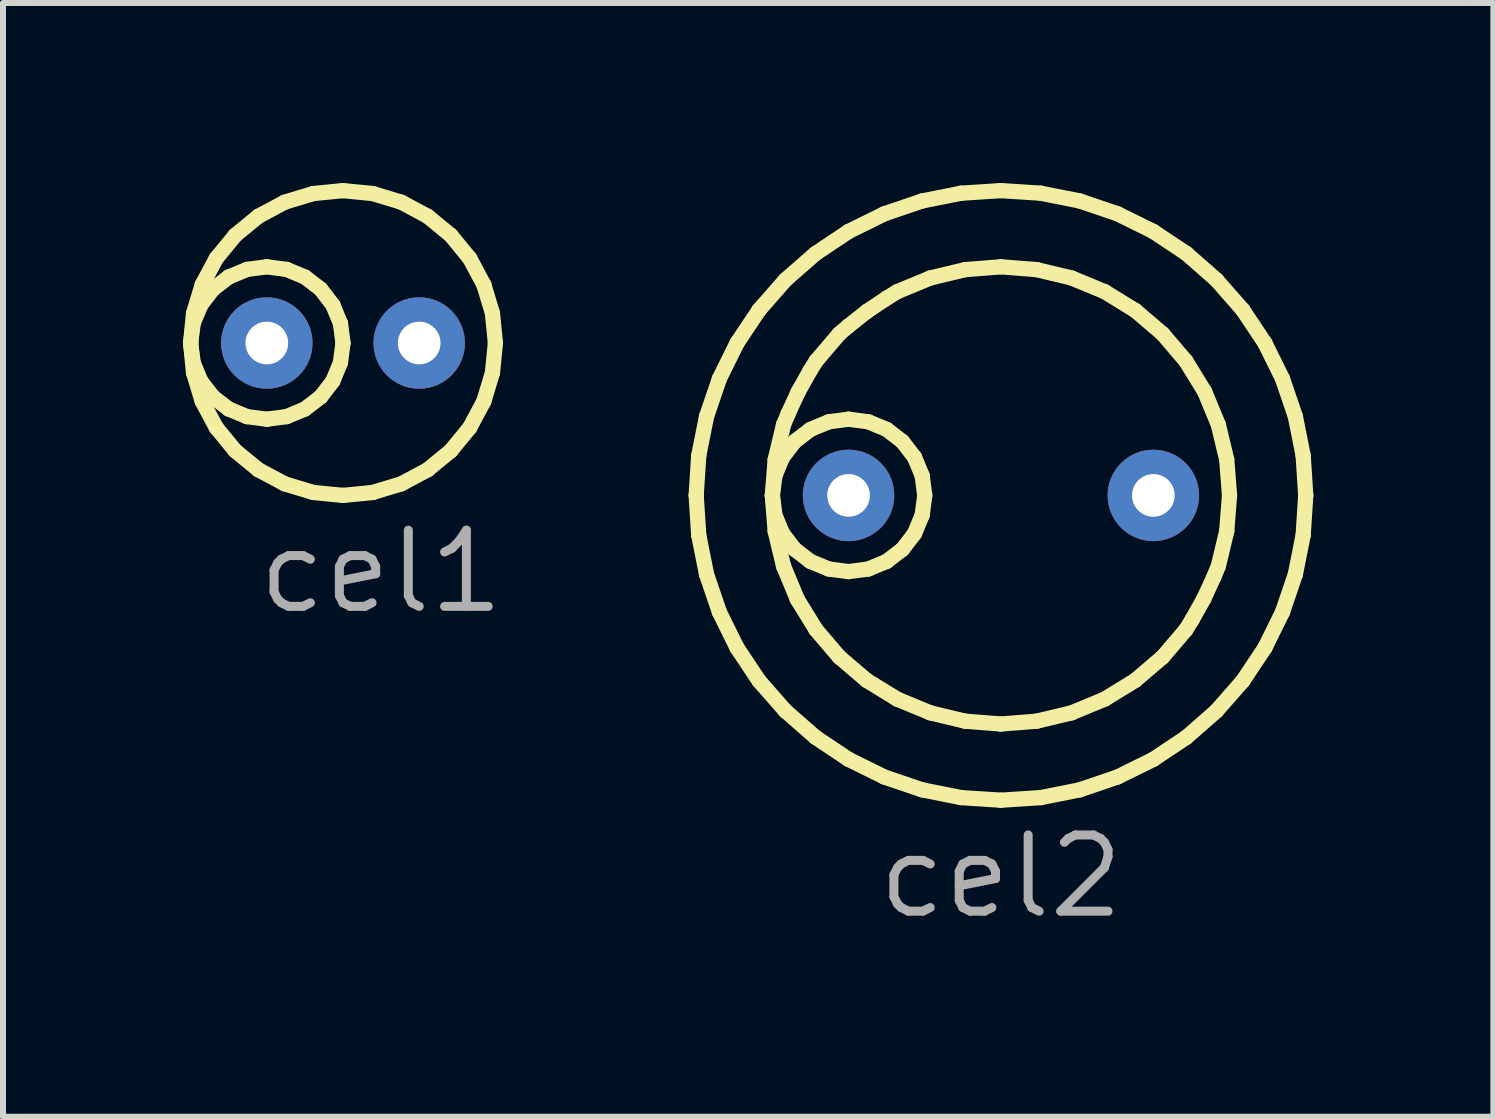
<source format=kicad_pcb>
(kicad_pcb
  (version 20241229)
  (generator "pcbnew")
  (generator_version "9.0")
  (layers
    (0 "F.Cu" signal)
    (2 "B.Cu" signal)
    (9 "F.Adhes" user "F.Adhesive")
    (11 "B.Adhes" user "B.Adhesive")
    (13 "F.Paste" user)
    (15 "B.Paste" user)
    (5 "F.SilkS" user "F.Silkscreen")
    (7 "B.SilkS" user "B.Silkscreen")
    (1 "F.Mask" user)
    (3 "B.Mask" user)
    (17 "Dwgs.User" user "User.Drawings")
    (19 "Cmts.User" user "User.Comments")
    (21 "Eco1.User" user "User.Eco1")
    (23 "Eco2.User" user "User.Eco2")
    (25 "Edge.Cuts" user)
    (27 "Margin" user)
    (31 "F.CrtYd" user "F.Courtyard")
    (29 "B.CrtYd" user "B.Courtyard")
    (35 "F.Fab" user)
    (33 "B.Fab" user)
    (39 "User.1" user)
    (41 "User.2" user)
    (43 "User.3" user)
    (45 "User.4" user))
  (footprint "cel2"
    (layer "F.Cu")
    (at 11.093 5.207)
    (property "Reference" "cel2" (at 2.54 6.35 0) (layer "F.Fab") (effects (font (size 1.27 1.27) (thickness 0.15))))
    (attr through_hole)
    (fp_line (start -2.54 0) (end -2.497 0.663) (stroke (width 0.254) (type default)) (layer "F.SilkS"))
    (fp_line (start -2.497 -0.663) (end -2.54 0) (stroke (width 0.254) (type default)) (layer "F.SilkS"))
    (fp_line (start -2.497 0.663) (end -2.367 1.315) (stroke (width 0.254) (type default)) (layer "F.SilkS"))
    (fp_line (start -2.367 -1.315) (end -2.497 -0.663) (stroke (width 0.254) (type default)) (layer "F.SilkS"))
    (fp_line (start -2.367 1.315) (end -2.153 1.944) (stroke (width 0.254) (type default)) (layer "F.SilkS"))
    (fp_line (start -2.153 -1.944) (end -2.367 -1.315) (stroke (width 0.254) (type default)) (layer "F.SilkS"))
    (fp_line (start -2.153 1.944) (end -1.859 2.54) (stroke (width 0.254) (type default)) (layer "F.SilkS"))
    (fp_line (start -1.859 -2.54) (end -2.153 -1.944) (stroke (width 0.254) (type default)) (layer "F.SilkS"))
    (fp_line (start -1.859 2.54) (end -1.49 3.093) (stroke (width 0.254) (type default)) (layer "F.SilkS"))
    (fp_line (start -1.49 -3.092) (end -1.859 -2.54) (stroke (width 0.254) (type default)) (layer "F.SilkS"))
    (fp_line (start -1.49 3.093) (end -1.052 3.592) (stroke (width 0.254) (type default)) (layer "F.SilkS"))
    (fp_line (start -1.27 0) (end -1.227 0.329) (stroke (width 0.254) (type default)) (layer "F.SilkS"))
    (fp_line (start -1.27 0) (end -1.223 -0.596) (stroke (width 0.254) (type default)) (layer "F.SilkS"))
    (fp_line (start -1.227 -0.329) (end -1.27 0) (stroke (width 0.254) (type default)) (layer "F.SilkS"))
    (fp_line (start -1.227 0.329) (end -1.1 0.635) (stroke (width 0.254) (type default)) (layer "F.SilkS"))
    (fp_line (start -1.223 -0.596) (end -1.084 -1.177) (stroke (width 0.254) (type default)) (layer "F.SilkS"))
    (fp_line (start -1.223 0.596) (end -1.27 0) (stroke (width 0.254) (type default)) (layer "F.SilkS"))
    (fp_line (start -1.1 -0.635) (end -1.227 -0.329) (stroke (width 0.254) (type default)) (layer "F.SilkS"))
    (fp_line (start -1.1 0.635) (end -0.898 0.898) (stroke (width 0.254) (type default)) (layer "F.SilkS"))
    (fp_line (start -1.084 -1.177) (end -1.008 -1.36) (stroke (width 0.254) (type default)) (layer "F.SilkS"))
    (fp_line (start -1.084 1.177) (end -1.223 0.596) (stroke (width 0.254) (type default)) (layer "F.SilkS"))
    (fp_line (start -1.052 -3.592) (end -1.49 -3.092) (stroke (width 0.254) (type default)) (layer "F.SilkS"))
    (fp_line (start -1.052 3.592) (end -0.552 4.03) (stroke (width 0.254) (type default)) (layer "F.SilkS"))
    (fp_line (start -1.008 -1.36) (end -0.841 -1.723) (stroke (width 0.254) (type default)) (layer "F.SilkS"))
    (fp_line (start -0.898 -0.898) (end -1.1 -0.635) (stroke (width 0.254) (type default)) (layer "F.SilkS"))
    (fp_line (start -0.898 0.898) (end -0.635 1.1) (stroke (width 0.254) (type default)) (layer "F.SilkS"))
    (fp_line (start -0.855 1.73) (end -1.084 1.177) (stroke (width 0.254) (type default)) (layer "F.SilkS"))
    (fp_line (start -0.841 -1.723) (end -0.646 -2.071) (stroke (width 0.254) (type default)) (layer "F.SilkS"))
    (fp_line (start -0.646 -2.071) (end -0.542 -2.239) (stroke (width 0.254) (type default)) (layer "F.SilkS"))
    (fp_line (start -0.635 -1.1) (end -0.898 -0.898) (stroke (width 0.254) (type default)) (layer "F.SilkS"))
    (fp_line (start -0.635 1.1) (end -0.329 1.227) (stroke (width 0.254) (type default)) (layer "F.SilkS"))
    (fp_line (start -0.552 -4.03) (end -1.052 -3.592) (stroke (width 0.254) (type default)) (layer "F.SilkS"))
    (fp_line (start -0.552 4.03) (end 0 4.399) (stroke (width 0.254) (type default)) (layer "F.SilkS"))
    (fp_line (start -0.542 -2.239) (end -0.154 -2.694) (stroke (width 0.254) (type default)) (layer "F.SilkS"))
    (fp_line (start -0.542 2.239) (end -0.855 1.73) (stroke (width 0.254) (type default)) (layer "F.SilkS"))
    (fp_line (start -0.329 -1.227) (end -0.635 -1.1) (stroke (width 0.254) (type default)) (layer "F.SilkS"))
    (fp_line (start -0.329 1.227) (end 0 1.27) (stroke (width 0.254) (type default)) (layer "F.SilkS"))
    (fp_line (start -0.154 -2.694) (end -0.003 -2.823) (stroke (width 0.254) (type default)) (layer "F.SilkS"))
    (fp_line (start -0.154 2.694) (end -0.542 2.239) (stroke (width 0.254) (type default)) (layer "F.SilkS"))
    (fp_line (start -0.003 -2.823) (end 0.31 -3.07) (stroke (width 0.254) (type default)) (layer "F.SilkS"))
    (fp_line (start 0 -4.399) (end -0.552 -4.03) (stroke (width 0.254) (type default)) (layer "F.SilkS"))
    (fp_line (start 0 -1.27) (end -0.329 -1.227) (stroke (width 0.254) (type default)) (layer "F.SilkS"))
    (fp_line (start 0 1.27) (end 0.329 1.227) (stroke (width 0.254) (type default)) (layer "F.SilkS"))
    (fp_line (start 0 4.399) (end 0.596 4.693) (stroke (width 0.254) (type default)) (layer "F.SilkS"))
    (fp_line (start 0.301 3.082) (end -0.154 2.694) (stroke (width 0.254) (type default)) (layer "F.SilkS"))
    (fp_line (start 0.31 -3.07) (end 0.641 -3.291) (stroke (width 0.254) (type default)) (layer "F.SilkS"))
    (fp_line (start 0.329 -1.227) (end 0 -1.27) (stroke (width 0.254) (type default)) (layer "F.SilkS"))
    (fp_line (start 0.329 1.227) (end 0.635 1.1) (stroke (width 0.254) (type default)) (layer "F.SilkS"))
    (fp_line (start 0.596 -4.693) (end 0 -4.399) (stroke (width 0.254) (type default)) (layer "F.SilkS"))
    (fp_line (start 0.596 4.693) (end 1.225 4.907) (stroke (width 0.254) (type default)) (layer "F.SilkS"))
    (fp_line (start 0.635 -1.1) (end 0.329 -1.227) (stroke (width 0.254) (type default)) (layer "F.SilkS"))
    (fp_line (start 0.635 1.1) (end 0.898 0.898) (stroke (width 0.254) (type default)) (layer "F.SilkS"))
    (fp_line (start 0.641 -3.291) (end 0.81 -3.395) (stroke (width 0.254) (type default)) (layer "F.SilkS"))
    (fp_line (start 0.81 -3.395) (end 1.363 -3.624) (stroke (width 0.254) (type default)) (layer "F.SilkS"))
    (fp_line (start 0.81 3.395) (end 0.301 3.082) (stroke (width 0.254) (type default)) (layer "F.SilkS"))
    (fp_line (start 0.898 -0.898) (end 0.635 -1.1) (stroke (width 0.254) (type default)) (layer "F.SilkS"))
    (fp_line (start 0.898 0.898) (end 1.1 0.635) (stroke (width 0.254) (type default)) (layer "F.SilkS"))
    (fp_line (start 1.1 -0.635) (end 0.898 -0.898) (stroke (width 0.254) (type default)) (layer "F.SilkS"))
    (fp_line (start 1.1 0.635) (end 1.227 0.329) (stroke (width 0.254) (type default)) (layer "F.SilkS"))
    (fp_line (start 1.225 -4.907) (end 0.596 -4.693) (stroke (width 0.254) (type default)) (layer "F.SilkS"))
    (fp_line (start 1.225 4.907) (end 1.877 5.037) (stroke (width 0.254) (type default)) (layer "F.SilkS"))
    (fp_line (start 1.227 -0.329) (end 1.1 -0.635) (stroke (width 0.254) (type default)) (layer "F.SilkS"))
    (fp_line (start 1.227 0.329) (end 1.27 0) (stroke (width 0.254) (type default)) (layer "F.SilkS"))
    (fp_line (start 1.27 0) (end 1.227 -0.329) (stroke (width 0.254) (type default)) (layer "F.SilkS"))
    (fp_line (start 1.363 -3.624) (end 1.944 -3.763) (stroke (width 0.254) (type default)) (layer "F.SilkS"))
    (fp_line (start 1.363 3.624) (end 0.81 3.395) (stroke (width 0.254) (type default)) (layer "F.SilkS"))
    (fp_line (start 1.877 -5.037) (end 1.225 -4.907) (stroke (width 0.254) (type default)) (layer "F.SilkS"))
    (fp_line (start 1.877 5.037) (end 2.54 5.08) (stroke (width 0.254) (type default)) (layer "F.SilkS"))
    (fp_line (start 1.944 -3.763) (end 2.54 -3.81) (stroke (width 0.254) (type default)) (layer "F.SilkS"))
    (fp_line (start 1.944 3.763) (end 1.363 3.624) (stroke (width 0.254) (type default)) (layer "F.SilkS"))
    (fp_line (start 2.54 -5.08) (end 1.877 -5.037) (stroke (width 0.254) (type default)) (layer "F.SilkS"))
    (fp_line (start 2.54 -3.81) (end 3.136 -3.763) (stroke (width 0.254) (type default)) (layer "F.SilkS"))
    (fp_line (start 2.54 3.81) (end 1.944 3.763) (stroke (width 0.254) (type default)) (layer "F.SilkS"))
    (fp_line (start 2.54 5.08) (end 3.203 5.037) (stroke (width 0.254) (type default)) (layer "F.SilkS"))
    (fp_line (start 3.136 -3.763) (end 3.717 -3.624) (stroke (width 0.254) (type default)) (layer "F.SilkS"))
    (fp_line (start 3.136 3.763) (end 2.54 3.81) (stroke (width 0.254) (type default)) (layer "F.SilkS"))
    (fp_line (start 3.203 -5.037) (end 2.54 -5.08) (stroke (width 0.254) (type default)) (layer "F.SilkS"))
    (fp_line (start 3.203 5.037) (end 3.855 4.907) (stroke (width 0.254) (type default)) (layer "F.SilkS"))
    (fp_line (start 3.717 -3.624) (end 4.27 -3.395) (stroke (width 0.254) (type default)) (layer "F.SilkS"))
    (fp_line (start 3.717 3.624) (end 3.136 3.763) (stroke (width 0.254) (type default)) (layer "F.SilkS"))
    (fp_line (start 3.855 -4.907) (end 3.203 -5.037) (stroke (width 0.254) (type default)) (layer "F.SilkS"))
    (fp_line (start 3.855 4.907) (end 4.484 4.693) (stroke (width 0.254) (type default)) (layer "F.SilkS"))
    (fp_line (start 4.27 -3.395) (end 4.779 -3.082) (stroke (width 0.254) (type default)) (layer "F.SilkS"))
    (fp_line (start 4.27 3.395) (end 3.717 3.624) (stroke (width 0.254) (type default)) (layer "F.SilkS"))
    (fp_line (start 4.484 -4.693) (end 3.855 -4.907) (stroke (width 0.254) (type default)) (layer "F.SilkS"))
    (fp_line (start 4.484 4.693) (end 5.08 4.399) (stroke (width 0.254) (type default)) (layer "F.SilkS"))
    (fp_line (start 4.779 -3.082) (end 5.234 -2.694) (stroke (width 0.254) (type default)) (layer "F.SilkS"))
    (fp_line (start 4.779 3.082) (end 4.27 3.395) (stroke (width 0.254) (type default)) (layer "F.SilkS"))
    (fp_line (start 5.08 -4.399) (end 4.484 -4.693) (stroke (width 0.254) (type default)) (layer "F.SilkS"))
    (fp_line (start 5.08 4.399) (end 5.633 4.03) (stroke (width 0.254) (type default)) (layer "F.SilkS"))
    (fp_line (start 5.234 -2.694) (end 5.622 -2.239) (stroke (width 0.254) (type default)) (layer "F.SilkS"))
    (fp_line (start 5.234 2.694) (end 4.779 3.082) (stroke (width 0.254) (type default)) (layer "F.SilkS"))
    (fp_line (start 5.622 -2.239) (end 5.935 -1.73) (stroke (width 0.254) (type default)) (layer "F.SilkS"))
    (fp_line (start 5.622 2.239) (end 5.234 2.694) (stroke (width 0.254) (type default)) (layer "F.SilkS"))
    (fp_line (start 5.633 -4.03) (end 5.08 -4.399) (stroke (width 0.254) (type default)) (layer "F.SilkS"))
    (fp_line (start 5.633 4.03) (end 6.132 3.592) (stroke (width 0.254) (type default)) (layer "F.SilkS"))
    (fp_line (start 5.726 2.071) (end 5.622 2.239) (stroke (width 0.254) (type default)) (layer "F.SilkS"))
    (fp_line (start 5.921 1.723) (end 5.726 2.071) (stroke (width 0.254) (type default)) (layer "F.SilkS"))
    (fp_line (start 5.935 -1.73) (end 6.164 -1.177) (stroke (width 0.254) (type default)) (layer "F.SilkS"))
    (fp_line (start 6.088 1.36) (end 5.921 1.723) (stroke (width 0.254) (type default)) (layer "F.SilkS"))
    (fp_line (start 6.132 -3.592) (end 5.633 -4.03) (stroke (width 0.254) (type default)) (layer "F.SilkS"))
    (fp_line (start 6.132 3.592) (end 6.57 3.093) (stroke (width 0.254) (type default)) (layer "F.SilkS"))
    (fp_line (start 6.164 -1.177) (end 6.303 -0.596) (stroke (width 0.254) (type default)) (layer "F.SilkS"))
    (fp_line (start 6.164 1.177) (end 6.088 1.36) (stroke (width 0.254) (type default)) (layer "F.SilkS"))
    (fp_line (start 6.303 -0.596) (end 6.35 0) (stroke (width 0.254) (type default)) (layer "F.SilkS"))
    (fp_line (start 6.303 0.596) (end 6.164 1.177) (stroke (width 0.254) (type default)) (layer "F.SilkS"))
    (fp_line (start 6.35 0) (end 6.303 0.596) (stroke (width 0.254) (type default)) (layer "F.SilkS"))
    (fp_line (start 6.57 -3.092) (end 6.132 -3.592) (stroke (width 0.254) (type default)) (layer "F.SilkS"))
    (fp_line (start 6.57 3.093) (end 6.939 2.54) (stroke (width 0.254) (type default)) (layer "F.SilkS"))
    (fp_line (start 6.939 -2.54) (end 6.57 -3.092) (stroke (width 0.254) (type default)) (layer "F.SilkS"))
    (fp_line (start 6.939 2.54) (end 7.233 1.944) (stroke (width 0.254) (type default)) (layer "F.SilkS"))
    (fp_line (start 7.233 -1.944) (end 6.939 -2.54) (stroke (width 0.254) (type default)) (layer "F.SilkS"))
    (fp_line (start 7.233 1.944) (end 7.447 1.315) (stroke (width 0.254) (type default)) (layer "F.SilkS"))
    (fp_line (start 7.447 -1.315) (end 7.233 -1.944) (stroke (width 0.254) (type default)) (layer "F.SilkS"))
    (fp_line (start 7.447 1.315) (end 7.577 0.663) (stroke (width 0.254) (type default)) (layer "F.SilkS"))
    (fp_line (start 7.577 -0.663) (end 7.447 -1.315) (stroke (width 0.254) (type default)) (layer "F.SilkS"))
    (fp_line (start 7.577 0.663) (end 7.62 0) (stroke (width 0.254) (type default)) (layer "F.SilkS"))
    (fp_line (start 7.62 0) (end 7.577 -0.663) (stroke (width 0.254) (type default)) (layer "F.SilkS"))
    (pad "1" thru_hole circle (at 5.08 0) (size 1.524 1.524) (drill 0.711) (layers "*.Cu" "*.Mask"))
    (pad "2" thru_hole circle (at 0 0) (size 1.524 1.524) (drill 0.711) (layers "*.Cu" "*.Mask")))
  (footprint "cel1"
    (layer "F.Cu")
    (at 1.397 2.667)
    (property "Reference" "cel1" (at 1.905 3.81 0) (layer "F.Fab") (effects (font (size 1.27 1.27) (thickness 0.15))))
    (attr through_hole)
    (fp_line (start -1.27 0) (end -1.227 0.329) (stroke (width 0.254) (type default)) (layer "F.SilkS"))
    (fp_line (start -1.27 0) (end -1.221 0.496) (stroke (width 0.254) (type default)) (layer "F.SilkS"))
    (fp_line (start -1.227 -0.329) (end -1.27 0) (stroke (width 0.254) (type default)) (layer "F.SilkS"))
    (fp_line (start -1.227 0.329) (end -1.1 0.635) (stroke (width 0.254) (type default)) (layer "F.SilkS"))
    (fp_line (start -1.221 -0.496) (end -1.27 0) (stroke (width 0.254) (type default)) (layer "F.SilkS"))
    (fp_line (start -1.221 0.496) (end -1.077 0.972) (stroke (width 0.254) (type default)) (layer "F.SilkS"))
    (fp_line (start -1.1 -0.635) (end -1.227 -0.329) (stroke (width 0.254) (type default)) (layer "F.SilkS"))
    (fp_line (start -1.1 0.635) (end -0.898 0.898) (stroke (width 0.254) (type default)) (layer "F.SilkS"))
    (fp_line (start -1.077 -0.972) (end -1.221 -0.496) (stroke (width 0.254) (type default)) (layer "F.SilkS"))
    (fp_line (start -1.077 0.972) (end -0.842 1.411) (stroke (width 0.254) (type default)) (layer "F.SilkS"))
    (fp_line (start -0.898 -0.898) (end -1.1 -0.635) (stroke (width 0.254) (type default)) (layer "F.SilkS"))
    (fp_line (start -0.898 0.898) (end -0.635 1.1) (stroke (width 0.254) (type default)) (layer "F.SilkS"))
    (fp_line (start -0.842 -1.411) (end -1.077 -0.972) (stroke (width 0.254) (type default)) (layer "F.SilkS"))
    (fp_line (start -0.842 1.411) (end -0.526 1.796) (stroke (width 0.254) (type default)) (layer "F.SilkS"))
    (fp_line (start -0.635 -1.1) (end -0.898 -0.898) (stroke (width 0.254) (type default)) (layer "F.SilkS"))
    (fp_line (start -0.635 1.1) (end -0.329 1.227) (stroke (width 0.254) (type default)) (layer "F.SilkS"))
    (fp_line (start -0.526 -1.796) (end -0.842 -1.411) (stroke (width 0.254) (type default)) (layer "F.SilkS"))
    (fp_line (start -0.526 1.796) (end -0.141 2.112) (stroke (width 0.254) (type default)) (layer "F.SilkS"))
    (fp_line (start -0.329 -1.227) (end -0.635 -1.1) (stroke (width 0.254) (type default)) (layer "F.SilkS"))
    (fp_line (start -0.329 1.227) (end 0 1.27) (stroke (width 0.254) (type default)) (layer "F.SilkS"))
    (fp_line (start -0.141 -2.112) (end -0.526 -1.796) (stroke (width 0.254) (type default)) (layer "F.SilkS"))
    (fp_line (start -0.141 2.112) (end 0.298 2.347) (stroke (width 0.254) (type default)) (layer "F.SilkS"))
    (fp_line (start 0 -1.27) (end -0.329 -1.227) (stroke (width 0.254) (type default)) (layer "F.SilkS"))
    (fp_line (start 0 1.27) (end 0.329 1.227) (stroke (width 0.254) (type default)) (layer "F.SilkS"))
    (fp_line (start 0.298 -2.347) (end -0.141 -2.112) (stroke (width 0.254) (type default)) (layer "F.SilkS"))
    (fp_line (start 0.298 2.347) (end 0.774 2.491) (stroke (width 0.254) (type default)) (layer "F.SilkS"))
    (fp_line (start 0.329 -1.227) (end 0 -1.27) (stroke (width 0.254) (type default)) (layer "F.SilkS"))
    (fp_line (start 0.329 1.227) (end 0.635 1.1) (stroke (width 0.254) (type default)) (layer "F.SilkS"))
    (fp_line (start 0.635 -1.1) (end 0.329 -1.227) (stroke (width 0.254) (type default)) (layer "F.SilkS"))
    (fp_line (start 0.635 1.1) (end 0.898 0.898) (stroke (width 0.254) (type default)) (layer "F.SilkS"))
    (fp_line (start 0.774 -2.491) (end 0.298 -2.347) (stroke (width 0.254) (type default)) (layer "F.SilkS"))
    (fp_line (start 0.774 2.491) (end 1.27 2.54) (stroke (width 0.254) (type default)) (layer "F.SilkS"))
    (fp_line (start 0.898 -0.898) (end 0.635 -1.1) (stroke (width 0.254) (type default)) (layer "F.SilkS"))
    (fp_line (start 0.898 0.898) (end 1.1 0.635) (stroke (width 0.254) (type default)) (layer "F.SilkS"))
    (fp_line (start 1.1 -0.635) (end 0.898 -0.898) (stroke (width 0.254) (type default)) (layer "F.SilkS"))
    (fp_line (start 1.1 0.635) (end 1.227 0.329) (stroke (width 0.254) (type default)) (layer "F.SilkS"))
    (fp_line (start 1.227 -0.329) (end 1.1 -0.635) (stroke (width 0.254) (type default)) (layer "F.SilkS"))
    (fp_line (start 1.227 0.329) (end 1.27 0) (stroke (width 0.254) (type default)) (layer "F.SilkS"))
    (fp_line (start 1.27 -2.54) (end 0.774 -2.491) (stroke (width 0.254) (type default)) (layer "F.SilkS"))
    (fp_line (start 1.27 0) (end 1.227 -0.329) (stroke (width 0.254) (type default)) (layer "F.SilkS"))
    (fp_line (start 1.27 2.54) (end 1.766 2.491) (stroke (width 0.254) (type default)) (layer "F.SilkS"))
    (fp_line (start 1.766 -2.491) (end 1.27 -2.54) (stroke (width 0.254) (type default)) (layer "F.SilkS"))
    (fp_line (start 1.766 2.491) (end 2.242 2.347) (stroke (width 0.254) (type default)) (layer "F.SilkS"))
    (fp_line (start 2.242 -2.347) (end 1.766 -2.491) (stroke (width 0.254) (type default)) (layer "F.SilkS"))
    (fp_line (start 2.242 2.347) (end 2.681 2.112) (stroke (width 0.254) (type default)) (layer "F.SilkS"))
    (fp_line (start 2.681 -2.112) (end 2.242 -2.347) (stroke (width 0.254) (type default)) (layer "F.SilkS"))
    (fp_line (start 2.681 2.112) (end 3.066 1.796) (stroke (width 0.254) (type default)) (layer "F.SilkS"))
    (fp_line (start 3.066 -1.796) (end 2.681 -2.112) (stroke (width 0.254) (type default)) (layer "F.SilkS"))
    (fp_line (start 3.066 1.796) (end 3.382 1.411) (stroke (width 0.254) (type default)) (layer "F.SilkS"))
    (fp_line (start 3.382 -1.411) (end 3.066 -1.796) (stroke (width 0.254) (type default)) (layer "F.SilkS"))
    (fp_line (start 3.382 1.411) (end 3.617 0.972) (stroke (width 0.254) (type default)) (layer "F.SilkS"))
    (fp_line (start 3.617 -0.972) (end 3.382 -1.411) (stroke (width 0.254) (type default)) (layer "F.SilkS"))
    (fp_line (start 3.617 0.972) (end 3.761 0.496) (stroke (width 0.254) (type default)) (layer "F.SilkS"))
    (fp_line (start 3.761 -0.496) (end 3.617 -0.972) (stroke (width 0.254) (type default)) (layer "F.SilkS"))
    (fp_line (start 3.761 0.496) (end 3.81 0) (stroke (width 0.254) (type default)) (layer "F.SilkS"))
    (fp_line (start 3.81 0) (end 3.761 -0.496) (stroke (width 0.254) (type default)) (layer "F.SilkS"))
    (pad "1" thru_hole circle (at 2.54 0) (size 1.524 1.524) (drill 0.711) (layers "*.Cu" "*.Mask"))
    (pad "2" thru_hole circle (at 0 0) (size 1.524 1.524) (drill 0.711) (layers "*.Cu" "*.Mask")))
  (gr_rect
    (start -3 -3)
    (end 21.84 15.563)
    (stroke (width 0.1) (type default))
    (fill no)
    (layer "Edge.Cuts")))
</source>
